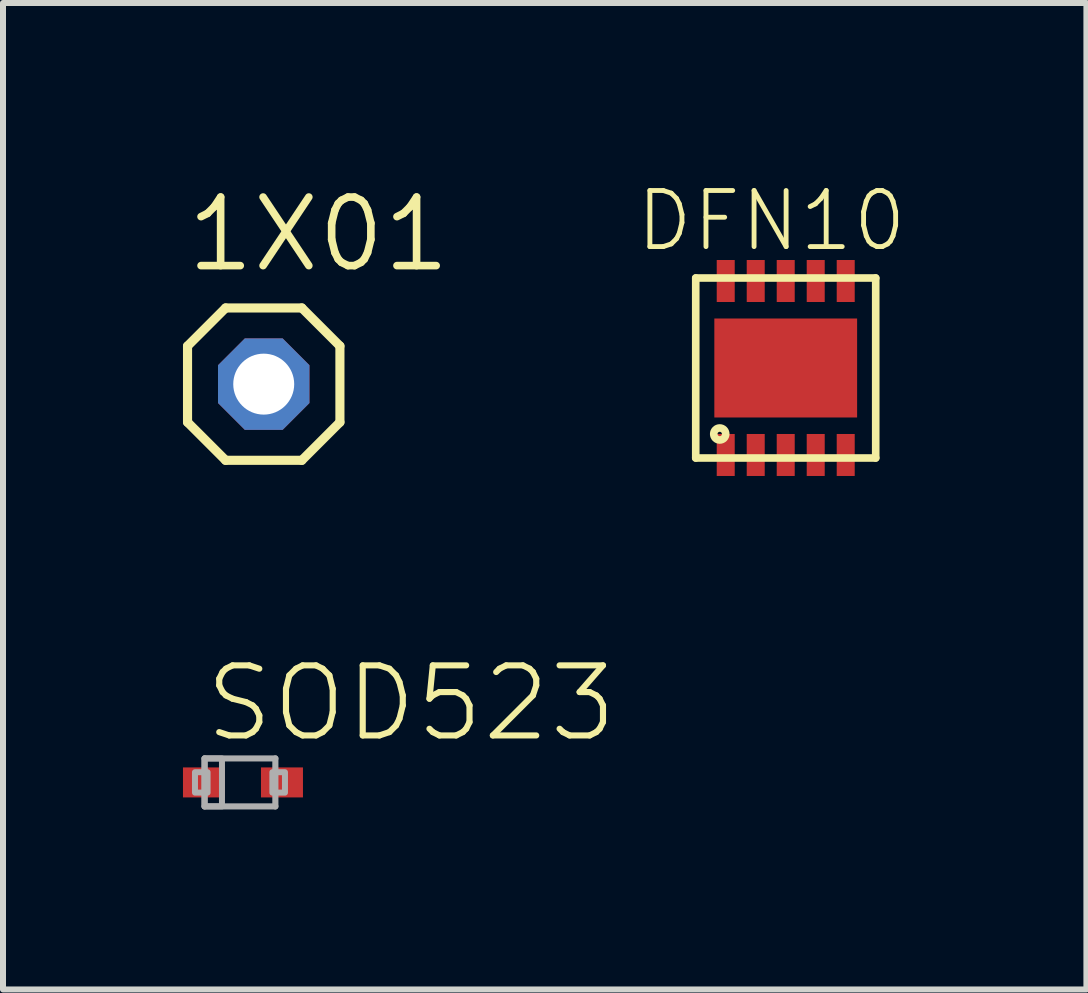
<source format=kicad_pcb>
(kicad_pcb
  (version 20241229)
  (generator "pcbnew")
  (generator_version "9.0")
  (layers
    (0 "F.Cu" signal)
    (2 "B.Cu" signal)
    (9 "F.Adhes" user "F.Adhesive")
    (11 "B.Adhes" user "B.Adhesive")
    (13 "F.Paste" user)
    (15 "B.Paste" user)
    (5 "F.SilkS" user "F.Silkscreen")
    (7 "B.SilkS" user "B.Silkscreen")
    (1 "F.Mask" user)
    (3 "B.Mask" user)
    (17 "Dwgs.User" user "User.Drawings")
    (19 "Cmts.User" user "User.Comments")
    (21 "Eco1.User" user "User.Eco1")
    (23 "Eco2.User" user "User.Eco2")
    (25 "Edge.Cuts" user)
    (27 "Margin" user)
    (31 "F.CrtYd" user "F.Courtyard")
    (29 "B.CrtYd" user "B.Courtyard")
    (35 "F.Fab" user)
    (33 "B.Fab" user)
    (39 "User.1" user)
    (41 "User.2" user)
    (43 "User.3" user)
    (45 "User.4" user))
  (footprint "DFN10"
    (layer "F.Cu")
    (at 10.047 3.084)
    (property "Reference" "DFN10" (at -2.54 -1.905 0) (unlocked yes) (layer "F.SilkS") (effects (font (size 0.935 0.935) (thickness 0.081)) (justify left bottom)))
    (fp_line (start -1.5 -1.5) (end 1.5 -1.5) (stroke (width 0.127) (type solid)) (layer "F.SilkS"))
    (fp_line (start -1.5 1.5) (end -1.5 -1.5) (stroke (width 0.127) (type solid)) (layer "F.SilkS"))
    (fp_line (start 1.5 -1.5) (end 1.5 1.5) (stroke (width 0.127) (type solid)) (layer "F.SilkS"))
    (fp_line (start 1.5 1.5) (end -1.5 1.5) (stroke (width 0.127) (type solid)) (layer "F.SilkS"))
    (fp_circle (center -1.1 1.1) (end -1 1.1) (stroke (width 0.127) (type solid)) (fill no) (layer "F.SilkS"))
    (pad "1" smd rect (at -1 1.45 90) (size 0.7 0.3) (layers "F.Cu" "F.Mask" "F.Paste"))
    (pad "2" smd rect (at -0.5 1.45 90) (size 0.7 0.3) (layers "F.Cu" "F.Mask" "F.Paste"))
    (pad "3" smd rect (at 0 1.45 90) (size 0.7 0.3) (layers "F.Cu" "F.Mask" "F.Paste"))
    (pad "4" smd rect (at 0.5 1.45 90) (size 0.7 0.3) (layers "F.Cu" "F.Mask" "F.Paste"))
    (pad "5" smd rect (at 1 1.45 90) (size 0.7 0.3) (layers "F.Cu" "F.Mask" "F.Paste"))
    (pad "6" smd rect (at 1 -1.45 90) (size 0.7 0.3) (layers "F.Cu" "F.Mask" "F.Paste"))
    (pad "7" smd rect (at 0.5 -1.45 90) (size 0.7 0.3) (layers "F.Cu" "F.Mask" "F.Paste"))
    (pad "8" smd rect (at 0 -1.45 90) (size 0.7 0.3) (layers "F.Cu" "F.Mask" "F.Paste"))
    (pad "9" smd rect (at -0.5 -1.45 90) (size 0.7 0.3) (layers "F.Cu" "F.Mask" "F.Paste"))
    (pad "10" smd rect (at -1 -1.45 90) (size 0.7 0.3) (layers "F.Cu" "F.Mask" "F.Paste"))
    (pad "PAD" smd rect (at 0 0 90) (size 1.65 2.38) (layers "F.Cu" "F.Mask" "F.Paste")))
  (footprint "SOD523"
    (layer "F.Cu")
    (at 0.95 9.992)
    (property "Reference" "SOD523" (at -0.635 -0.635 0) (unlocked yes) (layer "F.SilkS") (effects (font (size 1.168 1.168) (thickness 0.102)) (justify left bottom)))
    (fp_line (start -0.59 -0.4) (end 0.59 -0.4) (stroke (width 0.102) (type solid)) (layer "F.Fab"))
    (fp_line (start -0.59 0.4) (end -0.59 -0.4) (stroke (width 0.102) (type solid)) (layer "F.Fab"))
    (fp_line (start 0.59 -0.4) (end 0.59 0.4) (stroke (width 0.102) (type solid)) (layer "F.Fab"))
    (fp_line (start 0.59 0.4) (end -0.59 0.4) (stroke (width 0.102) (type solid)) (layer "F.Fab"))
    (fp_poly (pts (xy -0.75 0.17) (xy -0.54 0.17) (xy -0.54 -0.17) (xy -0.75 -0.17)) (stroke (width 0.1) (type default)) (fill no) (layer "F.Fab"))
    (fp_poly (pts (xy -0.59 0.4) (xy -0.3 0.4) (xy -0.3 -0.4) (xy -0.59 -0.4)) (stroke (width 0.1) (type default)) (fill no) (layer "F.Fab"))
    (fp_poly (pts (xy 0.54 0.17) (xy 0.75 0.17) (xy 0.75 -0.17) (xy 0.54 -0.17)) (stroke (width 0.1) (type default)) (fill no) (layer "F.Fab"))
    (pad "A" smd rect (at 0.7 0) (size 0.7 0.5) (layers "F.Cu" "F.Mask" "F.Paste"))
    (pad "C" smd rect (at -0.6 0) (size 0.7 0.5) (layers "F.Cu" "F.Mask" "F.Paste")))
  (footprint "1X01"
    (layer "F.Cu")
    (at 1.346 3.353)
    (property "Reference" "1X01" (at -1.346 -1.829 0) (unlocked yes) (layer "F.SilkS") (effects (font (size 1.143 1.143) (thickness 0.127)) (justify left bottom)))
    (fp_line (start -1.27 -0.635) (end -1.27 0.635) (stroke (width 0.152) (type solid)) (layer "F.SilkS"))
    (fp_line (start -1.27 0.635) (end -0.635 1.27) (stroke (width 0.152) (type solid)) (layer "F.SilkS"))
    (fp_line (start -0.635 -1.27) (end -1.27 -0.635) (stroke (width 0.152) (type solid)) (layer "F.SilkS"))
    (fp_line (start -0.635 -1.27) (end 0.635 -1.27) (stroke (width 0.152) (type solid)) (layer "F.SilkS"))
    (fp_line (start 0.635 -1.27) (end 1.27 -0.635) (stroke (width 0.152) (type solid)) (layer "F.SilkS"))
    (fp_line (start 0.635 1.27) (end -0.635 1.27) (stroke (width 0.152) (type solid)) (layer "F.SilkS"))
    (fp_line (start 1.27 -0.635) (end 1.27 0.635) (stroke (width 0.152) (type solid)) (layer "F.SilkS"))
    (fp_line (start 1.27 0.635) (end 0.635 1.27) (stroke (width 0.152) (type solid)) (layer "F.SilkS"))
    (fp_poly (pts (xy -0.254 0.254) (xy 0.254 0.254) (xy 0.254 -0.254) (xy -0.254 -0.254)) (stroke (width 0.1) (type default)) (fill no) (layer "F.Fab"))
    (pad "1" thru_hole roundrect (at 0 0) (size 1.524 1.524) (drill 1.016) (layers "*.Cu" "*.Mask") (roundrect_rratio 0.25) (chamfer_ratio 0.293) (chamfer top_left top_right bottom_left bottom_right)))
  (gr_rect
    (start -3 -3)
    (end 15.059 13.443)
    (stroke (width 0.1) (type default))
    (fill no)
    (layer "Edge.Cuts")))
</source>
